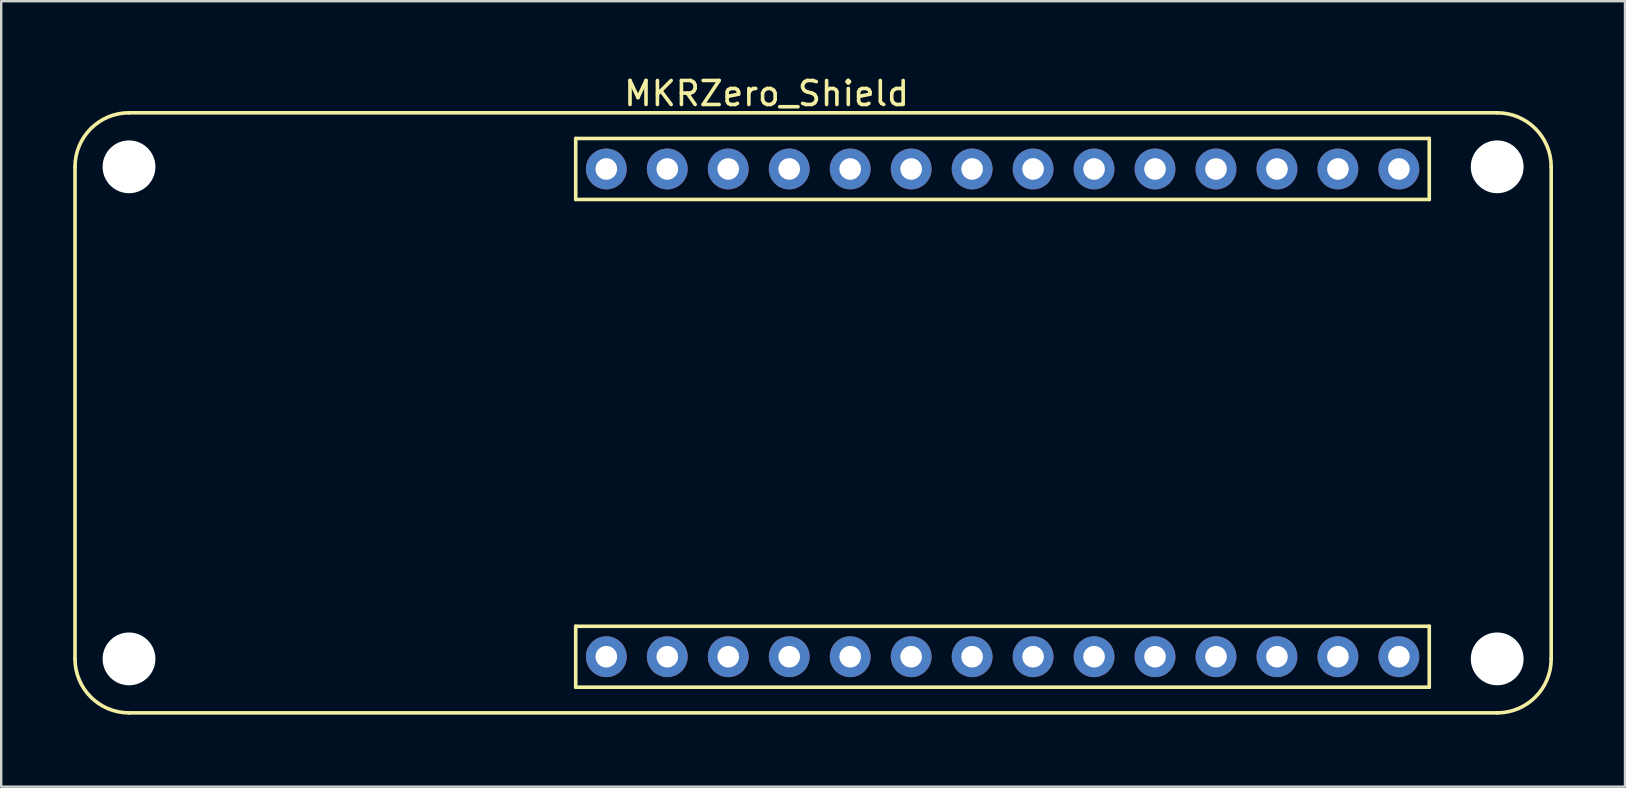
<source format=kicad_pcb>
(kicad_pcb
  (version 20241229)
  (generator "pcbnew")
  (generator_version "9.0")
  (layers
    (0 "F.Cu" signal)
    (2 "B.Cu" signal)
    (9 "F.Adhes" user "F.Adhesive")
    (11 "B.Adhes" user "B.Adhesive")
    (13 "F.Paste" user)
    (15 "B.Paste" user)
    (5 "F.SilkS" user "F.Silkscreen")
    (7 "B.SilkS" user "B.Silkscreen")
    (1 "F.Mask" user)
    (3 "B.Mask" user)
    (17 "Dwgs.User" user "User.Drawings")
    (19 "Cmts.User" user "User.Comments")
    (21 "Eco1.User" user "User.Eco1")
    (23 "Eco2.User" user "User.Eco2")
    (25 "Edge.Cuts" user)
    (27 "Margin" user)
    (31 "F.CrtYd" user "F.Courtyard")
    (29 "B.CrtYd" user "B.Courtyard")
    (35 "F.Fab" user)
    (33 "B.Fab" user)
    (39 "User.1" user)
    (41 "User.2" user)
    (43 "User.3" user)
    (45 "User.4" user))
  (footprint "MKRZero_Shield"
    (layer "F.Cu")
    (at 28.806 16.093)
    (property "Reference" "MKRZero_Shield" (at 0.081 -15.245 0) (layer "F.SilkS") (effects (font (size 1 1) (thickness 0.15))))
    (attr through_hole)
    (fp_line (start -28.731 -12.193) (end -28.731 8.307) (stroke (width 0.15) (type solid)) (layer "F.SilkS"))
    (fp_line (start -26.481 10.557) (end 30.519 10.557) (stroke (width 0.15) (type solid)) (layer "F.SilkS"))
    (fp_line (start -7.871 -13.373) (end -7.871 -10.833) (stroke (width 0.15) (type solid)) (layer "F.SilkS"))
    (fp_line (start -7.871 -13.373) (end 27.689 -13.373) (stroke (width 0.15) (type solid)) (layer "F.SilkS"))
    (fp_line (start -7.871 -10.833) (end 27.689 -10.833) (stroke (width 0.15) (type solid)) (layer "F.SilkS"))
    (fp_line (start -7.871 6.947) (end -7.871 9.487) (stroke (width 0.15) (type solid)) (layer "F.SilkS"))
    (fp_line (start -7.871 6.947) (end 27.689 6.947) (stroke (width 0.15) (type solid)) (layer "F.SilkS"))
    (fp_line (start -7.871 9.487) (end 27.689 9.487) (stroke (width 0.15) (type solid)) (layer "F.SilkS"))
    (fp_line (start 27.689 -13.373) (end 27.689 -10.833) (stroke (width 0.15) (type solid)) (layer "F.SilkS"))
    (fp_line (start 27.689 6.947) (end 27.689 9.487) (stroke (width 0.15) (type solid)) (layer "F.SilkS"))
    (fp_line (start 30.519 -14.443) (end -26.481 -14.443) (stroke (width 0.15) (type solid)) (layer "F.SilkS"))
    (fp_line (start 32.769 8.307) (end 32.769 -12.193) (stroke (width 0.15) (type solid)) (layer "F.SilkS"))
    (fp_arc (start -28.73118 -12.19346) (mid -28.07217 -13.78445) (end -26.48118 -14.44346) (stroke (width 0.15) (type solid)) (layer "F.SilkS"))
    (fp_arc (start -26.48118 10.55654) (mid -28.07217 9.89753) (end -28.73118 8.30654) (stroke (width 0.15) (type solid)) (layer "F.SilkS"))
    (fp_arc (start 30.51882 -14.44346) (mid 32.10981 -13.78445) (end 32.76882 -12.19346) (stroke (width 0.15) (type solid)) (layer "F.SilkS"))
    (fp_arc (start 32.76882 8.30654) (mid 32.10981 9.89753) (end 30.51882 10.55654) (stroke (width 0.15) (type solid)) (layer "F.SilkS"))
    (pad "" np_thru_hole circle (at -26.481 -12.193) (size 2.2 2.2) (drill 2.2) (layers "*.Cu" "*.Mask"))
    (pad "" np_thru_hole circle (at -26.481 8.307) (size 2.2 2.2) (drill 2.2) (layers "*.Cu" "*.Mask"))
    (pad "" np_thru_hole circle (at 30.519 -12.193) (size 2.2 2.2) (drill 2.2) (layers "*.Cu" "*.Mask"))
    (pad "" np_thru_hole circle (at 30.519 8.307) (size 2.2 2.2) (drill 2.2) (layers "*.Cu" "*.Mask"))
    (pad "1" thru_hole circle (at -6.596 8.217) (size 1.7 1.7) (drill 0.9) (layers "*.Cu" "*.Mask"))
    (pad "2" thru_hole circle (at -4.056 8.217) (size 1.7 1.7) (drill 0.9) (layers "*.Cu" "*.Mask"))
    (pad "3" thru_hole circle (at -1.516 8.217) (size 1.7 1.7) (drill 0.9) (layers "*.Cu" "*.Mask"))
    (pad "4" thru_hole circle (at 1.024 8.217) (size 1.7 1.7) (drill 0.9) (layers "*.Cu" "*.Mask"))
    (pad "5" thru_hole circle (at 3.564 8.217) (size 1.7 1.7) (drill 0.9) (layers "*.Cu" "*.Mask"))
    (pad "6" thru_hole circle (at 6.104 8.217) (size 1.7 1.7) (drill 0.9) (layers "*.Cu" "*.Mask"))
    (pad "7" thru_hole circle (at 8.644 8.217) (size 1.7 1.7) (drill 0.9) (layers "*.Cu" "*.Mask"))
    (pad "8" thru_hole circle (at 11.184 8.217) (size 1.7 1.7) (drill 0.9) (layers "*.Cu" "*.Mask"))
    (pad "9" thru_hole circle (at 13.724 8.217) (size 1.7 1.7) (drill 0.9) (layers "*.Cu" "*.Mask"))
    (pad "10" thru_hole circle (at 16.264 8.217) (size 1.7 1.7) (drill 0.9) (layers "*.Cu" "*.Mask"))
    (pad "11" thru_hole circle (at 18.804 8.217) (size 1.7 1.7) (drill 0.9) (layers "*.Cu" "*.Mask"))
    (pad "12" thru_hole circle (at 21.344 8.217) (size 1.7 1.7) (drill 0.9) (layers "*.Cu" "*.Mask"))
    (pad "13" thru_hole circle (at 23.884 8.217) (size 1.7 1.7) (drill 0.9) (layers "*.Cu" "*.Mask"))
    (pad "14" thru_hole circle (at 26.424 8.217) (size 1.7 1.7) (drill 0.9) (layers "*.Cu" "*.Mask"))
    (pad "15" thru_hole circle (at 26.424 -12.103) (size 1.7 1.7) (drill 0.9) (layers "*.Cu" "*.Mask"))
    (pad "16" thru_hole circle (at 23.884 -12.103) (size 1.7 1.7) (drill 0.9) (layers "*.Cu" "*.Mask"))
    (pad "17" thru_hole circle (at 21.344 -12.103) (size 1.7 1.7) (drill 0.9) (layers "*.Cu" "*.Mask"))
    (pad "18" thru_hole circle (at 18.804 -12.103) (size 1.7 1.7) (drill 0.9) (layers "*.Cu" "*.Mask"))
    (pad "19" thru_hole circle (at 16.264 -12.103) (size 1.7 1.7) (drill 0.9) (layers "*.Cu" "*.Mask"))
    (pad "20" thru_hole circle (at 13.724 -12.103) (size 1.7 1.7) (drill 0.9) (layers "*.Cu" "*.Mask"))
    (pad "21" thru_hole circle (at 11.184 -12.103) (size 1.7 1.7) (drill 0.9) (layers "*.Cu" "*.Mask"))
    (pad "22" thru_hole circle (at 8.644 -12.103) (size 1.7 1.7) (drill 0.9) (layers "*.Cu" "*.Mask"))
    (pad "23" thru_hole circle (at 6.104 -12.103) (size 1.7 1.7) (drill 0.9) (layers "*.Cu" "*.Mask"))
    (pad "24" thru_hole circle (at 3.564 -12.103) (size 1.7 1.7) (drill 0.9) (layers "*.Cu" "*.Mask"))
    (pad "25" thru_hole circle (at 1.024 -12.103) (size 1.7 1.7) (drill 0.9) (layers "*.Cu" "*.Mask"))
    (pad "26" thru_hole circle (at -1.516 -12.103) (size 1.7 1.7) (drill 0.9) (layers "*.Cu" "*.Mask"))
    (pad "27" thru_hole circle (at -4.056 -12.103) (size 1.7 1.7) (drill 0.9) (layers "*.Cu" "*.Mask"))
    (pad "28" thru_hole circle (at -6.596 -12.103) (size 1.7 1.7) (drill 0.9) (layers "*.Cu" "*.Mask")))
  (gr_rect
    (start -3 -3)
    (end 64.65 29.725)
    (stroke (width 0.1) (type default))
    (fill no)
    (layer "Edge.Cuts")))
</source>
